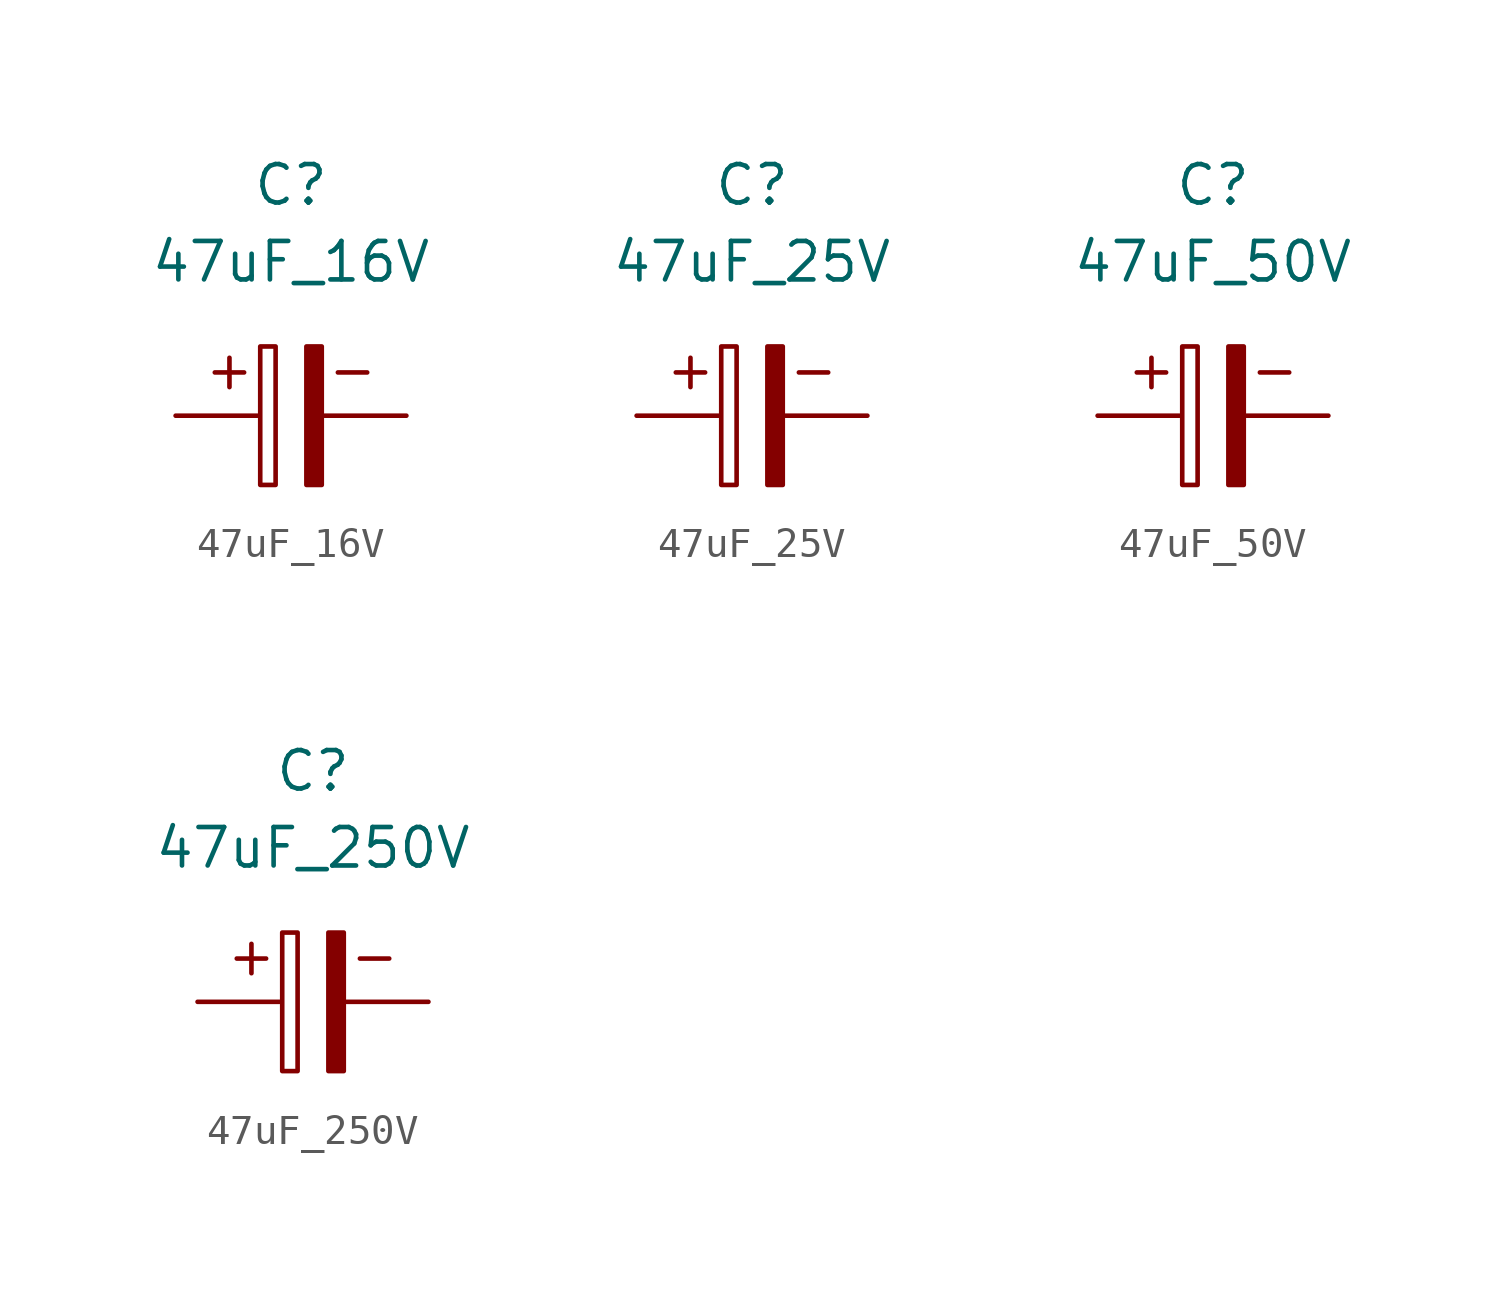
<source format=kicad_sym>
(kicad_symbol_lib
  (version 20211014)
  (generator kicad_symbol_editor)
  (symbol "47uF_16V"
    (property "Reference" "C"
      (at 0 7.62 0)
      (effects (font (size 1.27 1.27))))
    (property "Value" "47uF_16V"
      (at 0 5.08 0)
      (effects (font (size 1.27 1.27))))
    (symbol "47uF_16V_0_0"
      (text "+" (at -2.032 1.524 0) (effects (font (size 1.27 1.27))))
      (text "-" (at 2.032 1.524 0) (effects (font (size 1.27 1.27)))))
    (symbol "47uF_16V_0_1"
      (rectangle (start -1.016 -2.286) (end -0.508 2.286) (stroke (width 0) (type default) (color 0 0 0 0)) (fill (type none)))
      (rectangle (start 0.508 -2.286) (end 1.016 2.286) (stroke (width 0) (type default) (color 0 0 0 0)) (fill (type outline))))
    (symbol "47uF_16V_1_1"
      (pin passive line (at -3.81 0 0) (length 2.7) (name "~" (effects (font (size 0 0)))) (number "1" (effects (font (size 0 0)))))
      (pin input line (at 3.81 0 180) (length 2.7) (name "~" (effects (font (size 0 0)))) (number "2" (effects (font (size 0 0)))))))
  (symbol "47uF_25V"
    (property "Reference" "C"
      (at 0 7.62 0)
      (effects (font (size 1.27 1.27))))
    (property "Value" "47uF_25V"
      (at 0 5.08 0)
      (effects (font (size 1.27 1.27))))
    (symbol "47uF_25V_0_0"
      (text "+" (at -2.032 1.524 0) (effects (font (size 1.27 1.27))))
      (text "-" (at 2.032 1.524 0) (effects (font (size 1.27 1.27)))))
    (symbol "47uF_25V_0_1"
      (rectangle (start -1.016 -2.286) (end -0.508 2.286) (stroke (width 0) (type default) (color 0 0 0 0)) (fill (type none)))
      (rectangle (start 0.508 -2.286) (end 1.016 2.286) (stroke (width 0) (type default) (color 0 0 0 0)) (fill (type outline))))
    (symbol "47uF_25V_1_1"
      (pin passive line (at -3.81 0 0) (length 2.7) (name "~" (effects (font (size 0 0)))) (number "1" (effects (font (size 0 0)))))
      (pin input line (at 3.81 0 180) (length 2.7) (name "~" (effects (font (size 0 0)))) (number "2" (effects (font (size 0 0)))))))
  (symbol "47uF_50V"
    (property "Reference" "C"
      (at 0 7.62 0)
      (effects (font (size 1.27 1.27))))
    (property "Value" "47uF_50V"
      (at 0 5.08 0)
      (effects (font (size 1.27 1.27))))
    (symbol "47uF_50V_0_0"
      (text "+" (at -2.032 1.524 0) (effects (font (size 1.27 1.27))))
      (text "-" (at 2.032 1.524 0) (effects (font (size 1.27 1.27)))))
    (symbol "47uF_50V_0_1"
      (rectangle (start -1.016 -2.286) (end -0.508 2.286) (stroke (width 0) (type default) (color 0 0 0 0)) (fill (type none)))
      (rectangle (start 0.508 -2.286) (end 1.016 2.286) (stroke (width 0) (type default) (color 0 0 0 0)) (fill (type outline))))
    (symbol "47uF_50V_1_1"
      (pin passive line (at -3.81 0 0) (length 2.7) (name "~" (effects (font (size 0 0)))) (number "1" (effects (font (size 0 0)))))
      (pin input line (at 3.81 0 180) (length 2.7) (name "~" (effects (font (size 0 0)))) (number "2" (effects (font (size 0 0)))))))
  (symbol "47uF_250V"
    (property "Reference" "C"
      (at 0 7.62 0)
      (effects (font (size 1.27 1.27))))
    (property "Value" "47uF_250V"
      (at 0 5.08 0)
      (effects (font (size 1.27 1.27))))
    (symbol "47uF_250V_0_0"
      (text "+" (at -2.032 1.524 0) (effects (font (size 1.27 1.27))))
      (text "-" (at 2.032 1.524 0) (effects (font (size 1.27 1.27)))))
    (symbol "47uF_250V_0_1"
      (rectangle (start -1.016 -2.286) (end -0.508 2.286) (stroke (width 0) (type default) (color 0 0 0 0)) (fill (type none)))
      (rectangle (start 0.508 -2.286) (end 1.016 2.286) (stroke (width 0) (type default) (color 0 0 0 0)) (fill (type outline))))
    (symbol "47uF_250V_1_1"
      (pin passive line (at -3.81 0 0) (length 2.7) (name "~" (effects (font (size 0 0)))) (number "1" (effects (font (size 0 0)))))
      (pin input line (at 3.81 0 180) (length 2.7) (name "~" (effects (font (size 0 0)))) (number "2" (effects (font (size 0 0))))))))
</source>
